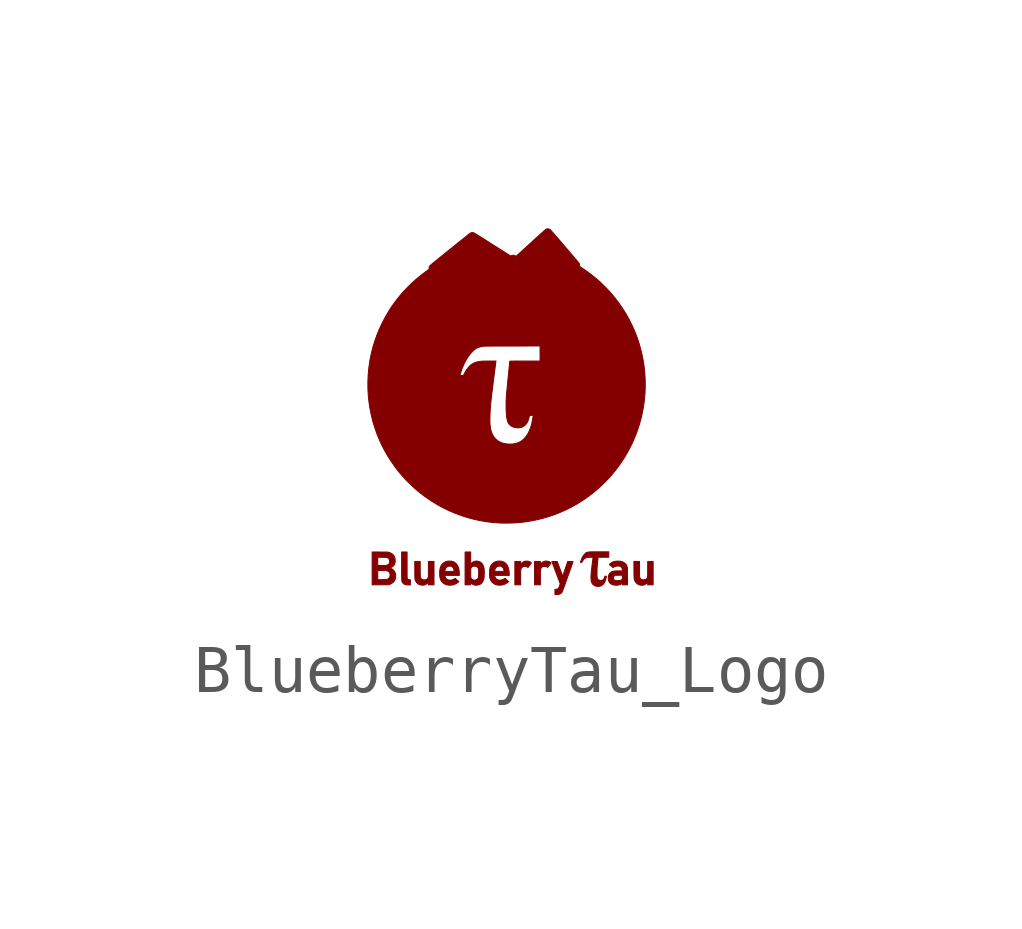
<source format=kicad_sym>
(kicad_symbol_lib
  (version 20211014)
  (generator kicad_symbol_editor)
  (symbol "BlueberryTau_Logo"
    (pin_names
      (offset 1.016))
    (property "Reference" "#G"
      (at 0 4.365 0)
      (effects (font (size 1.27 1.27)) hide))
    (symbol "BlueberryTau_Logo_0_0"
      (polyline (pts (xy 0.293 -3.011) (xy 0.293 -2.982) (xy 0.294 -2.957) (xy 0.295 -2.937) (xy 0.296 -2.921) (xy 0.297 -2.908) (xy 0.299 -2.898) (xy 0.302 -2.89) (xy 0.305 -2.883) (xy 0.309 -2.877) (xy 0.314 -2.872) (xy 0.32 -2.866) (xy 0.323 -2.863) (xy 0.336 -2.853) (xy 0.351 -2.847) (xy 0.368 -2.844) (xy 0.39 -2.844) (xy 0.401 -2.845) (xy 0.412 -2.847) (xy 0.422 -2.85) (xy 0.431 -2.856) (xy 0.447 -2.866) (xy 0.469 -2.836) (xy 0.476 -2.826) (xy 0.487 -2.811) (xy 0.497 -2.798) (xy 0.504 -2.788) (xy 0.517 -2.77) (xy 0.506 -2.762) (xy 0.503 -2.76) (xy 0.482 -2.748) (xy 0.458 -2.739) (xy 0.434 -2.734) (xy 0.414 -2.733) (xy 0.386 -2.735) (xy 0.36 -2.744) (xy 0.336 -2.758) (xy 0.314 -2.778) (xy 0.293 -2.8) (xy 0.293 -2.74) (xy 0.173 -2.74) (xy 0.173 -3.227) (xy 0.293 -3.227) (xy 0.293 -3.011)) (stroke (width 0.01) (type default) (color 0 0 0 0)) (fill (type outline)))
      (polyline (pts (xy 0.704 -3.066) (xy 0.704 -3.037) (xy 0.704 -3.005) (xy 0.705 -2.978) (xy 0.705 -2.957) (xy 0.705 -2.939) (xy 0.706 -2.926) (xy 0.706 -2.915) (xy 0.707 -2.907) (xy 0.708 -2.901) (xy 0.709 -2.897) (xy 0.711 -2.893) (xy 0.712 -2.889) (xy 0.716 -2.883) (xy 0.728 -2.865) (xy 0.745 -2.853) (xy 0.765 -2.846) (xy 0.79 -2.843) (xy 0.791 -2.843) (xy 0.815 -2.846) (xy 0.835 -2.852) (xy 0.851 -2.862) (xy 0.852 -2.864) (xy 0.855 -2.864) (xy 0.859 -2.862) (xy 0.865 -2.855) (xy 0.873 -2.844) (xy 0.874 -2.842) (xy 0.885 -2.828) (xy 0.897 -2.811) (xy 0.908 -2.797) (xy 0.926 -2.772) (xy 0.917 -2.764) (xy 0.904 -2.755) (xy 0.885 -2.745) (xy 0.864 -2.738) (xy 0.844 -2.734) (xy 0.843 -2.734) (xy 0.812 -2.733) (xy 0.784 -2.738) (xy 0.759 -2.749) (xy 0.736 -2.765) (xy 0.714 -2.788) (xy 0.703 -2.801) (xy 0.703 -2.74) (xy 0.583 -2.74) (xy 0.583 -3.227) (xy 0.703 -3.227) (xy 0.704 -3.066)) (stroke (width 0.01) (type default) (color 0 0 0 0)) (fill (type outline)))
      (polyline (pts (xy -2.003 -3.12) (xy -2.019 -3.12) (xy -2.023 -3.12) (xy -2.036 -3.119) (xy -2.048 -3.116) (xy -2.051 -3.115) (xy -2.055 -3.114) (xy -2.058 -3.113) (xy -2.06 -3.111) (xy -2.063 -3.107) (xy -2.064 -3.102) (xy -2.066 -3.095) (xy -2.067 -3.085) (xy -2.068 -3.073) (xy -2.069 -3.057) (xy -2.069 -3.037) (xy -2.07 -3.013) (xy -2.07 -2.985) (xy -2.07 -2.951) (xy -2.07 -2.912) (xy -2.07 -2.868) (xy -2.07 -2.817) (xy -2.07 -2.543) (xy -2.183 -2.543) (xy -2.183 -2.836) (xy -2.183 -2.957) (xy -2.183 -2.994) (xy -2.183 -3.026) (xy -2.183 -3.054) (xy -2.182 -3.077) (xy -2.182 -3.097) (xy -2.181 -3.113) (xy -2.18 -3.126) (xy -2.179 -3.137) (xy -2.178 -3.145) (xy -2.177 -3.152) (xy -2.175 -3.158) (xy -2.173 -3.163) (xy -2.171 -3.168) (xy -2.169 -3.173) (xy -2.168 -3.175) (xy -2.154 -3.193) (xy -2.135 -3.209) (xy -2.113 -3.22) (xy -2.089 -3.227) (xy -2.084 -3.227) (xy -2.07 -3.228) (xy -2.054 -3.229) (xy -2.038 -3.229) (xy -2.003 -3.23) (xy -2.003 -3.12)) (stroke (width 0.01) (type default) (color 0 0 0 0)) (fill (type outline)))
      (polyline (pts (xy -1.71 -3.23) (xy -1.683 -3.22) (xy -1.659 -3.205) (xy -1.639 -3.184) (xy -1.627 -3.169) (xy -1.627 -3.227) (xy -1.51 -3.227) (xy -1.51 -2.74) (xy -1.627 -2.74) (xy -1.627 -3.065) (xy -1.636 -3.083) (xy -1.645 -3.098) (xy -1.659 -3.111) (xy -1.662 -3.113) (xy -1.669 -3.118) (xy -1.677 -3.12) (xy -1.688 -3.122) (xy -1.703 -3.123) (xy -1.704 -3.123) (xy -1.719 -3.123) (xy -1.73 -3.122) (xy -1.74 -3.12) (xy -1.749 -3.117) (xy -1.756 -3.113) (xy -1.768 -3.106) (xy -1.777 -3.098) (xy -1.777 -3.097) (xy -1.782 -3.092) (xy -1.785 -3.087) (xy -1.788 -3.081) (xy -1.791 -3.073) (xy -1.792 -3.064) (xy -1.794 -3.052) (xy -1.795 -3.037) (xy -1.796 -3.019) (xy -1.796 -2.996) (xy -1.797 -2.968) (xy -1.797 -2.935) (xy -1.797 -2.74) (xy -1.91 -2.74) (xy -1.909 -2.919) (xy -1.909 -2.941) (xy -1.909 -2.977) (xy -1.909 -3.007) (xy -1.909 -3.032) (xy -1.908 -3.052) (xy -1.908 -3.068) (xy -1.907 -3.081) (xy -1.907 -3.091) (xy -1.906 -3.099) (xy -1.905 -3.106) (xy -1.904 -3.111) (xy -1.902 -3.116) (xy -1.901 -3.122) (xy -1.891 -3.147) (xy -1.874 -3.175) (xy -1.854 -3.197) (xy -1.83 -3.215) (xy -1.802 -3.226) (xy -1.77 -3.233) (xy -1.74 -3.234) (xy -1.71 -3.23)) (stroke (width 0.01) (type default) (color 0 0 0 0)) (fill (type outline)))
      (polyline (pts (xy 2.83 -3.234) (xy 2.846 -3.232) (xy 2.858 -3.229) (xy 2.879 -3.22) (xy 2.899 -3.208) (xy 2.917 -3.192) (xy 2.93 -3.175) (xy 2.937 -3.165) (xy 2.937 -3.227) (xy 3.05 -3.227) (xy 3.05 -2.74) (xy 2.937 -2.74) (xy 2.937 -2.944) (xy 2.936 -2.976) (xy 2.936 -3.003) (xy 2.936 -3.025) (xy 2.935 -3.042) (xy 2.934 -3.057) (xy 2.932 -3.068) (xy 2.93 -3.076) (xy 2.928 -3.083) (xy 2.925 -3.089) (xy 2.921 -3.094) (xy 2.917 -3.099) (xy 2.916 -3.1) (xy 2.906 -3.109) (xy 2.896 -3.115) (xy 2.885 -3.119) (xy 2.869 -3.122) (xy 2.851 -3.123) (xy 2.834 -3.122) (xy 2.82 -3.12) (xy 2.816 -3.119) (xy 2.801 -3.111) (xy 2.788 -3.099) (xy 2.777 -3.085) (xy 2.77 -3.072) (xy 2.77 -3.068) (xy 2.769 -3.056) (xy 2.768 -3.038) (xy 2.767 -3.014) (xy 2.767 -2.982) (xy 2.767 -2.944) (xy 2.767 -2.899) (xy 2.767 -2.74) (xy 2.65 -2.74) (xy 2.651 -2.914) (xy 2.651 -2.955) (xy 2.651 -2.99) (xy 2.652 -3.019) (xy 2.652 -3.044) (xy 2.653 -3.064) (xy 2.654 -3.081) (xy 2.656 -3.095) (xy 2.657 -3.107) (xy 2.659 -3.117) (xy 2.662 -3.126) (xy 2.665 -3.134) (xy 2.669 -3.142) (xy 2.674 -3.152) (xy 2.687 -3.173) (xy 2.707 -3.195) (xy 2.732 -3.213) (xy 2.759 -3.226) (xy 2.788 -3.233) (xy 2.797 -3.234) (xy 2.808 -3.235) (xy 2.818 -3.235) (xy 2.83 -3.234)) (stroke (width 0.01) (type default) (color 0 0 0 0)) (fill (type outline)))
      (polyline (pts (xy 1.046 -3.429) (xy 1.061 -3.428) (xy 1.089 -3.424) (xy 1.113 -3.416) (xy 1.132 -3.405) (xy 1.147 -3.389) (xy 1.161 -3.368) (xy 1.161 -3.367) (xy 1.163 -3.361) (xy 1.168 -3.349) (xy 1.174 -3.332) (xy 1.182 -3.31) (xy 1.192 -3.284) (xy 1.202 -3.255) (xy 1.214 -3.223) (xy 1.226 -3.188) (xy 1.239 -3.152) (xy 1.253 -3.114) (xy 1.266 -3.076) (xy 1.28 -3.037) (xy 1.294 -2.998) (xy 1.307 -2.961) (xy 1.32 -2.925) (xy 1.332 -2.89) (xy 1.344 -2.858) (xy 1.354 -2.829) (xy 1.363 -2.803) (xy 1.371 -2.781) (xy 1.376 -2.764) (xy 1.38 -2.752) (xy 1.383 -2.746) (xy 1.383 -2.744) (xy 1.382 -2.743) (xy 1.379 -2.741) (xy 1.373 -2.741) (xy 1.363 -2.74) (xy 1.349 -2.74) (xy 1.328 -2.741) (xy 1.272 -2.742) (xy 1.22 -2.896) (xy 1.168 -3.049) (xy 1.149 -2.995) (xy 1.148 -2.993) (xy 1.141 -2.975) (xy 1.133 -2.952) (xy 1.123 -2.926) (xy 1.113 -2.898) (xy 1.102 -2.869) (xy 1.092 -2.842) (xy 1.055 -2.742) (xy 0.999 -2.741) (xy 0.985 -2.74) (xy 0.968 -2.74) (xy 0.957 -2.74) (xy 0.949 -2.741) (xy 0.945 -2.742) (xy 0.944 -2.744) (xy 0.944 -2.746) (xy 0.945 -2.749) (xy 0.949 -2.758) (xy 0.954 -2.772) (xy 0.961 -2.791) (xy 0.97 -2.815) (xy 0.98 -2.842) (xy 0.991 -2.872) (xy 1.004 -2.905) (xy 1.017 -2.941) (xy 1.031 -2.978) (xy 1.117 -3.204) (xy 1.103 -3.244) (xy 1.096 -3.267) (xy 1.088 -3.285) (xy 1.08 -3.299) (xy 1.071 -3.308) (xy 1.06 -3.314) (xy 1.047 -3.317) (xy 1.031 -3.319) (xy 1.007 -3.321) (xy 1.007 -3.431) (xy 1.046 -3.429)) (stroke (width 0.01) (type default) (color 0 0 0 0)) (fill (type outline)))
      (polyline (pts (xy -1.15 -3.233) (xy -1.111 -3.227) (xy -1.075 -3.214) (xy -1.07 -3.212) (xy -1.053 -3.203) (xy -1.034 -3.192) (xy -1.016 -3.18) (xy -1.002 -3.169) (xy -0.993 -3.161) (xy -1.069 -3.091) (xy -1.088 -3.104) (xy -1.111 -3.116) (xy -1.137 -3.125) (xy -1.163 -3.129) (xy -1.19 -3.129) (xy -1.214 -3.124) (xy -1.236 -3.115) (xy -1.254 -3.101) (xy -1.265 -3.087) (xy -1.276 -3.066) (xy -1.282 -3.044) (xy -1.284 -3.03) (xy -0.983 -3.03) (xy -0.983 -2.989) (xy -0.984 -2.972) (xy -0.988 -2.926) (xy -0.996 -2.885) (xy -1.008 -2.849) (xy -1.025 -2.817) (xy -1.045 -2.789) (xy -1.069 -2.767) (xy -1.097 -2.75) (xy -1.129 -2.738) (xy -1.135 -2.737) (xy -1.152 -2.735) (xy -1.173 -2.733) (xy -1.195 -2.733) (xy -1.215 -2.734) (xy -1.232 -2.736) (xy -1.263 -2.745) (xy -1.295 -2.759) (xy -1.322 -2.779) (xy -1.345 -2.803) (xy -1.364 -2.833) (xy -1.378 -2.868) (xy -1.383 -2.887) (xy -1.388 -2.916) (xy -1.391 -2.947) (xy -1.284 -2.947) (xy -1.282 -2.928) (xy -1.277 -2.904) (xy -1.266 -2.881) (xy -1.251 -2.862) (xy -1.232 -2.849) (xy -1.21 -2.84) (xy -1.185 -2.837) (xy -1.174 -2.837) (xy -1.154 -2.84) (xy -1.138 -2.848) (xy -1.123 -2.86) (xy -1.109 -2.878) (xy -1.098 -2.902) (xy -1.091 -2.93) (xy -1.089 -2.947) (xy -1.284 -2.947) (xy -1.391 -2.947) (xy -1.391 -2.949) (xy -1.392 -2.983) (xy -1.391 -3.017) (xy -1.389 -3.05) (xy -1.384 -3.08) (xy -1.377 -3.105) (xy -1.372 -3.119) (xy -1.355 -3.15) (xy -1.334 -3.176) (xy -1.308 -3.198) (xy -1.278 -3.215) (xy -1.244 -3.227) (xy -1.206 -3.233) (xy -1.191 -3.234) (xy -1.15 -3.233)) (stroke (width 0.01) (type default) (color 0 0 0 0)) (fill (type outline)))
      (polyline (pts (xy -0.118 -3.233) (xy -0.077 -3.227) (xy -0.038 -3.214) (xy -0.001 -3.194) (xy 0.034 -3.169) (xy 0.044 -3.161) (xy 0.006 -3.126) (xy -0.032 -3.091) (xy -0.051 -3.104) (xy -0.063 -3.111) (xy -0.088 -3.122) (xy -0.115 -3.128) (xy -0.14 -3.13) (xy -0.165 -3.127) (xy -0.188 -3.12) (xy -0.208 -3.108) (xy -0.225 -3.093) (xy -0.236 -3.074) (xy -0.238 -3.069) (xy -0.243 -3.055) (xy -0.245 -3.044) (xy -0.248 -3.03) (xy 0.057 -3.03) (xy 0.057 -3.022) (xy 0.056 -3.008) (xy 0.055 -2.988) (xy 0.053 -2.966) (xy 0.051 -2.943) (xy 0.048 -2.923) (xy 0.046 -2.905) (xy 0.043 -2.892) (xy 0.042 -2.886) (xy 0.029 -2.849) (xy 0.012 -2.817) (xy -0.009 -2.79) (xy -0.033 -2.767) (xy -0.061 -2.75) (xy -0.092 -2.738) (xy -0.098 -2.737) (xy -0.116 -2.735) (xy -0.136 -2.733) (xy -0.158 -2.733) (xy -0.178 -2.734) (xy -0.195 -2.736) (xy -0.201 -2.737) (xy -0.235 -2.748) (xy -0.265 -2.764) (xy -0.292 -2.785) (xy -0.314 -2.811) (xy -0.332 -2.842) (xy -0.345 -2.878) (xy -0.347 -2.886) (xy -0.349 -2.901) (xy -0.35 -2.921) (xy -0.352 -2.943) (xy -0.352 -2.947) (xy -0.248 -2.947) (xy -0.245 -2.928) (xy -0.24 -2.904) (xy -0.23 -2.881) (xy -0.214 -2.862) (xy -0.195 -2.849) (xy -0.173 -2.84) (xy -0.148 -2.837) (xy -0.124 -2.839) (xy -0.103 -2.847) (xy -0.086 -2.86) (xy -0.071 -2.878) (xy -0.066 -2.89) (xy -0.059 -2.907) (xy -0.055 -2.923) (xy -0.053 -2.938) (xy -0.053 -2.947) (xy -0.248 -2.947) (xy -0.352 -2.947) (xy -0.353 -2.967) (xy -0.353 -2.992) (xy -0.353 -3.016) (xy -0.353 -3.038) (xy -0.352 -3.056) (xy -0.35 -3.069) (xy -0.347 -3.084) (xy -0.336 -3.119) (xy -0.319 -3.149) (xy -0.298 -3.176) (xy -0.272 -3.197) (xy -0.241 -3.215) (xy -0.207 -3.227) (xy -0.169 -3.233) (xy -0.161 -3.234) (xy -0.118 -3.233)) (stroke (width 0.01) (type default) (color 0 0 0 0)) (fill (type outline)))
      (polyline (pts (xy -0.598 -3.231) (xy -0.569 -3.224) (xy -0.543 -3.211) (xy -0.536 -3.207) (xy -0.514 -3.187) (xy -0.496 -3.163) (xy -0.482 -3.133) (xy -0.471 -3.098) (xy -0.471 -3.097) (xy -0.469 -3.084) (xy -0.467 -3.066) (xy -0.466 -3.044) (xy -0.465 -3.02) (xy -0.464 -2.994) (xy -0.464 -2.969) (xy -0.464 -2.945) (xy -0.465 -2.924) (xy -0.466 -2.906) (xy -0.468 -2.892) (xy -0.476 -2.854) (xy -0.488 -2.82) (xy -0.503 -2.792) (xy -0.523 -2.77) (xy -0.547 -2.752) (xy -0.575 -2.74) (xy -0.606 -2.734) (xy -0.63 -2.733) (xy -0.66 -2.736) (xy -0.688 -2.746) (xy -0.713 -2.761) (xy -0.735 -2.783) (xy -0.747 -2.797) (xy -0.747 -2.543) (xy -0.863 -2.543) (xy -0.863 -3.006) (xy -0.746 -3.006) (xy -0.746 -2.975) (xy -0.746 -2.958) (xy -0.746 -2.935) (xy -0.745 -2.918) (xy -0.745 -2.905) (xy -0.744 -2.895) (xy -0.743 -2.888) (xy -0.741 -2.883) (xy -0.739 -2.879) (xy -0.737 -2.874) (xy -0.728 -2.862) (xy -0.712 -2.849) (xy -0.692 -2.841) (xy -0.67 -2.837) (xy -0.647 -2.84) (xy -0.641 -2.841) (xy -0.623 -2.848) (xy -0.608 -2.857) (xy -0.597 -2.872) (xy -0.594 -2.876) (xy -0.589 -2.886) (xy -0.586 -2.896) (xy -0.583 -2.909) (xy -0.582 -2.924) (xy -0.581 -2.943) (xy -0.58 -2.966) (xy -0.581 -2.996) (xy -0.581 -3.008) (xy -0.581 -3.029) (xy -0.582 -3.045) (xy -0.583 -3.057) (xy -0.584 -3.066) (xy -0.585 -3.073) (xy -0.587 -3.079) (xy -0.59 -3.084) (xy -0.6 -3.101) (xy -0.617 -3.115) (xy -0.637 -3.125) (xy -0.656 -3.129) (xy -0.674 -3.129) (xy -0.695 -3.125) (xy -0.71 -3.118) (xy -0.725 -3.106) (xy -0.736 -3.092) (xy -0.744 -3.076) (xy -0.744 -3.076) (xy -0.745 -3.067) (xy -0.746 -3.052) (xy -0.746 -3.032) (xy -0.746 -3.006) (xy -0.863 -3.006) (xy -0.863 -3.227) (xy -0.747 -3.227) (xy -0.747 -3.172) (xy -0.741 -3.182) (xy -0.736 -3.189) (xy -0.72 -3.205) (xy -0.7 -3.218) (xy -0.677 -3.228) (xy -0.653 -3.233) (xy -0.629 -3.234) (xy -0.598 -3.231)) (stroke (width 0.01) (type default) (color 0 0 0 0)) (fill (type outline)))
      (polyline (pts (xy -2.626 -3.226) (xy -2.455 -3.225) (xy -2.429 -3.216) (xy -2.423 -3.214) (xy -2.392 -3.199) (xy -2.365 -3.179) (xy -2.342 -3.157) (xy -2.325 -3.131) (xy -2.323 -3.126) (xy -2.315 -3.103) (xy -2.31 -3.078) (xy -2.307 -3.05) (xy -2.307 -3.023) (xy -2.311 -2.999) (xy -2.315 -2.983) (xy -2.327 -2.954) (xy -2.345 -2.929) (xy -2.366 -2.908) (xy -2.392 -2.892) (xy -2.42 -2.882) (xy -2.435 -2.878) (xy -2.422 -2.873) (xy -2.412 -2.87) (xy -2.384 -2.856) (xy -2.36 -2.838) (xy -2.35 -2.828) (xy -2.335 -2.807) (xy -2.325 -2.784) (xy -2.319 -2.758) (xy -2.317 -2.727) (xy -2.319 -2.695) (xy -2.326 -2.661) (xy -2.338 -2.631) (xy -2.356 -2.606) (xy -2.379 -2.584) (xy -2.408 -2.567) (xy -2.441 -2.554) (xy -2.468 -2.545) (xy -2.632 -2.544) (xy -2.797 -2.543) (xy -2.797 -2.653) (xy -2.68 -2.653) (xy -2.586 -2.654) (xy -2.573 -2.654) (xy -2.548 -2.654) (xy -2.528 -2.655) (xy -2.513 -2.655) (xy -2.502 -2.656) (xy -2.493 -2.657) (xy -2.487 -2.658) (xy -2.482 -2.66) (xy -2.477 -2.662) (xy -2.474 -2.663) (xy -2.456 -2.676) (xy -2.443 -2.693) (xy -2.435 -2.714) (xy -2.432 -2.738) (xy -2.433 -2.754) (xy -2.439 -2.776) (xy -2.449 -2.794) (xy -2.465 -2.807) (xy -2.486 -2.817) (xy -2.491 -2.818) (xy -2.498 -2.82) (xy -2.506 -2.821) (xy -2.516 -2.822) (xy -2.529 -2.823) (xy -2.546 -2.823) (xy -2.567 -2.823) (xy -2.594 -2.823) (xy -2.68 -2.823) (xy -2.68 -2.653) (xy -2.797 -2.653) (xy -2.797 -3.121) (xy -2.68 -3.121) (xy -2.68 -2.93) (xy -2.599 -2.93) (xy -2.569 -2.93) (xy -2.542 -2.931) (xy -2.519 -2.932) (xy -2.501 -2.934) (xy -2.486 -2.936) (xy -2.474 -2.94) (xy -2.464 -2.945) (xy -2.455 -2.951) (xy -2.446 -2.959) (xy -2.437 -2.97) (xy -2.429 -2.986) (xy -2.424 -3.006) (xy -2.424 -3.031) (xy -2.427 -3.052) (xy -2.434 -3.073) (xy -2.446 -3.09) (xy -2.462 -3.103) (xy -2.485 -3.112) (xy -2.487 -3.113) (xy -2.495 -3.114) (xy -2.506 -3.116) (xy -2.52 -3.117) (xy -2.538 -3.118) (xy -2.562 -3.118) (xy -2.591 -3.119) (xy -2.68 -3.121) (xy -2.797 -3.121) (xy -2.797 -3.227) (xy -2.626 -3.226)) (stroke (width 0.01) (type default) (color 0 0 0 0)) (fill (type outline)))
      (polyline (pts (xy 2.328 -3.231) (xy 2.357 -3.223) (xy 2.381 -3.212) (xy 2.401 -3.198) (xy 2.41 -3.19) (xy 2.41 -3.227) (xy 2.517 -3.227) (xy 2.516 -3.046) (xy 2.516 -3.025) (xy 2.515 -2.989) (xy 2.515 -2.958) (xy 2.515 -2.933) (xy 2.515 -2.913) (xy 2.514 -2.896) (xy 2.514 -2.883) (xy 2.513 -2.873) (xy 2.512 -2.865) (xy 2.511 -2.859) (xy 2.51 -2.854) (xy 2.509 -2.85) (xy 2.507 -2.845) (xy 2.503 -2.835) (xy 2.493 -2.814) (xy 2.481 -2.797) (xy 2.466 -2.781) (xy 2.45 -2.768) (xy 2.424 -2.752) (xy 2.395 -2.741) (xy 2.361 -2.735) (xy 2.323 -2.733) (xy 2.317 -2.733) (xy 2.275 -2.736) (xy 2.238 -2.743) (xy 2.205 -2.755) (xy 2.175 -2.772) (xy 2.174 -2.772) (xy 2.164 -2.78) (xy 2.154 -2.788) (xy 2.146 -2.795) (xy 2.141 -2.801) (xy 2.14 -2.804) (xy 2.146 -2.81) (xy 2.156 -2.818) (xy 2.167 -2.827) (xy 2.179 -2.838) (xy 2.191 -2.847) (xy 2.201 -2.856) (xy 2.209 -2.862) (xy 2.212 -2.865) (xy 2.214 -2.865) (xy 2.221 -2.864) (xy 2.231 -2.859) (xy 2.253 -2.848) (xy 2.284 -2.839) (xy 2.318 -2.835) (xy 2.327 -2.835) (xy 2.34 -2.836) (xy 2.349 -2.837) (xy 2.358 -2.84) (xy 2.368 -2.845) (xy 2.37 -2.846) (xy 2.387 -2.857) (xy 2.398 -2.871) (xy 2.406 -2.889) (xy 2.409 -2.912) (xy 2.411 -2.937) (xy 2.34 -2.937) (xy 2.319 -2.937) (xy 2.29 -2.937) (xy 2.267 -2.938) (xy 2.247 -2.94) (xy 2.23 -2.943) (xy 2.215 -2.946) (xy 2.201 -2.95) (xy 2.185 -2.957) (xy 2.162 -2.971) (xy 2.144 -2.99) (xy 2.13 -3.013) (xy 2.122 -3.04) (xy 2.118 -3.072) (xy 2.117 -3.08) (xy 2.223 -3.08) (xy 2.227 -3.061) (xy 2.235 -3.046) (xy 2.249 -3.035) (xy 2.25 -3.034) (xy 2.255 -3.032) (xy 2.26 -3.031) (xy 2.268 -3.03) (xy 2.278 -3.029) (xy 2.292 -3.028) (xy 2.311 -3.028) (xy 2.336 -3.027) (xy 2.41 -3.026) (xy 2.41 -3.066) (xy 2.41 -3.077) (xy 2.41 -3.091) (xy 2.409 -3.1) (xy 2.408 -3.107) (xy 2.405 -3.111) (xy 2.402 -3.116) (xy 2.4 -3.118) (xy 2.39 -3.126) (xy 2.379 -3.132) (xy 2.374 -3.133) (xy 2.362 -3.136) (xy 2.345 -3.137) (xy 2.326 -3.139) (xy 2.307 -3.139) (xy 2.289 -3.139) (xy 2.274 -3.138) (xy 2.263 -3.136) (xy 2.247 -3.129) (xy 2.233 -3.118) (xy 2.226 -3.102) (xy 2.223 -3.083) (xy 2.223 -3.08) (xy 2.117 -3.08) (xy 2.117 -3.097) (xy 2.121 -3.13) (xy 2.13 -3.158) (xy 2.145 -3.182) (xy 2.164 -3.201) (xy 2.188 -3.216) (xy 2.217 -3.227) (xy 2.251 -3.233) (xy 2.263 -3.234) (xy 2.296 -3.234) (xy 2.328 -3.231)) (stroke (width 0.01) (type default) (color 0 0 0 0)) (fill (type outline)))
      (polyline (pts (xy 1.952 -3.253) (xy 1.979 -3.241) (xy 2.004 -3.224) (xy 2.025 -3.201) (xy 2.042 -3.172) (xy 2.057 -3.138) (xy 2.057 -3.137) (xy 2.061 -3.123) (xy 2.066 -3.106) (xy 2.07 -3.088) (xy 2.073 -3.072) (xy 2.076 -3.058) (xy 2.077 -3.049) (xy 2.076 -3.048) (xy 2.07 -3.047) (xy 2.061 -3.047) (xy 2.046 -3.048) (xy 2.041 -3.066) (xy 2.038 -3.076) (xy 2.028 -3.099) (xy 2.014 -3.117) (xy 1.997 -3.129) (xy 1.977 -3.135) (xy 1.953 -3.136) (xy 1.949 -3.135) (xy 1.927 -3.13) (xy 1.91 -3.119) (xy 1.897 -3.104) (xy 1.888 -3.083) (xy 1.887 -3.078) (xy 1.885 -3.071) (xy 1.884 -3.062) (xy 1.883 -3.052) (xy 1.882 -3.038) (xy 1.882 -3.021) (xy 1.882 -2.999) (xy 1.882 -2.972) (xy 1.882 -2.956) (xy 1.882 -2.929) (xy 1.883 -2.906) (xy 1.883 -2.884) (xy 1.885 -2.861) (xy 1.887 -2.836) (xy 1.889 -2.808) (xy 1.893 -2.775) (xy 1.894 -2.761) (xy 1.897 -2.735) (xy 1.899 -2.712) (xy 1.901 -2.692) (xy 1.903 -2.677) (xy 1.904 -2.666) (xy 1.905 -2.661) (xy 1.907 -2.653) (xy 2.127 -2.653) (xy 2.127 -2.54) (xy 1.869 -2.54) (xy 1.829 -2.54) (xy 1.794 -2.54) (xy 1.765 -2.541) (xy 1.74 -2.542) (xy 1.719 -2.543) (xy 1.702 -2.545) (xy 1.688 -2.547) (xy 1.676 -2.55) (xy 1.666 -2.553) (xy 1.658 -2.557) (xy 1.65 -2.562) (xy 1.643 -2.569) (xy 1.636 -2.576) (xy 1.628 -2.584) (xy 1.626 -2.586) (xy 1.61 -2.603) (xy 1.598 -2.62) (xy 1.586 -2.639) (xy 1.574 -2.662) (xy 1.57 -2.67) (xy 1.563 -2.685) (xy 1.557 -2.701) (xy 1.551 -2.717) (xy 1.545 -2.732) (xy 1.541 -2.745) (xy 1.539 -2.754) (xy 1.539 -2.758) (xy 1.54 -2.758) (xy 1.545 -2.76) (xy 1.554 -2.76) (xy 1.559 -2.76) (xy 1.564 -2.759) (xy 1.568 -2.755) (xy 1.573 -2.748) (xy 1.579 -2.736) (xy 1.593 -2.714) (xy 1.611 -2.692) (xy 1.632 -2.675) (xy 1.656 -2.663) (xy 1.683 -2.657) (xy 1.693 -2.655) (xy 1.708 -2.654) (xy 1.725 -2.654) (xy 1.743 -2.653) (xy 1.76 -2.653) (xy 1.776 -2.654) (xy 1.788 -2.654) (xy 1.797 -2.655) (xy 1.8 -2.657) (xy 1.8 -2.657) (xy 1.799 -2.663) (xy 1.798 -2.674) (xy 1.796 -2.69) (xy 1.794 -2.71) (xy 1.79 -2.734) (xy 1.787 -2.761) (xy 1.783 -2.789) (xy 1.781 -2.806) (xy 1.775 -2.855) (xy 1.77 -2.899) (xy 1.766 -2.937) (xy 1.762 -2.971) (xy 1.76 -3.001) (xy 1.758 -3.027) (xy 1.757 -3.051) (xy 1.757 -3.073) (xy 1.758 -3.093) (xy 1.759 -3.121) (xy 1.762 -3.144) (xy 1.766 -3.164) (xy 1.773 -3.181) (xy 1.781 -3.198) (xy 1.782 -3.199) (xy 1.798 -3.219) (xy 1.819 -3.236) (xy 1.843 -3.249) (xy 1.87 -3.256) (xy 1.887 -3.258) (xy 1.921 -3.259) (xy 1.952 -3.253)) (stroke (width 0.01) (type default) (color 0 0 0 0)) (fill (type outline)))
      (polyline (pts (xy 0.186 -1.937) (xy 0.323 -1.925) (xy 0.459 -1.906) (xy 0.594 -1.881) (xy 0.727 -1.85) (xy 0.858 -1.813) (xy 0.987 -1.77) (xy 1.114 -1.72) (xy 1.238 -1.665) (xy 1.36 -1.603) (xy 1.479 -1.536) (xy 1.595 -1.463) (xy 1.708 -1.384) (xy 1.818 -1.299) (xy 1.867 -1.258) (xy 1.933 -1.199) (xy 2 -1.137) (xy 2.065 -1.072) (xy 2.128 -1.006) (xy 2.188 -0.939) (xy 2.242 -0.874) (xy 2.249 -0.866) (xy 2.333 -0.756) (xy 2.412 -0.643) (xy 2.484 -0.527) (xy 2.551 -0.408) (xy 2.612 -0.286) (xy 2.667 -0.162) (xy 2.716 -0.036) (xy 2.759 0.093) (xy 2.796 0.224) (xy 2.826 0.356) (xy 2.851 0.49) (xy 2.869 0.625) (xy 2.881 0.761) (xy 2.886 0.897) (xy 2.885 1.035) (xy 2.877 1.173) (xy 2.863 1.311) (xy 2.854 1.375) (xy 2.83 1.511) (xy 2.8 1.645) (xy 2.764 1.777) (xy 2.722 1.907) (xy 2.673 2.034) (xy 2.618 2.159) (xy 2.558 2.282) (xy 2.491 2.402) (xy 2.418 2.519) (xy 2.34 2.633) (xy 2.256 2.743) (xy 2.167 2.85) (xy 2.165 2.852) (xy 2.146 2.874) (xy 2.122 2.899) (xy 2.095 2.927) (xy 2.067 2.956) (xy 2.037 2.986) (xy 2.008 3.015) (xy 1.979 3.043) (xy 1.952 3.07) (xy 1.927 3.092) (xy 1.906 3.111) (xy 1.83 3.175) (xy 1.742 3.245) (xy 1.654 3.309) (xy 1.566 3.368) (xy 1.522 3.397) (xy 1.521 3.421) (xy 1.521 3.429) (xy 1.52 3.441) (xy 1.517 3.451) (xy 1.512 3.46) (xy 1.511 3.462) (xy 1.506 3.469) (xy 1.497 3.48) (xy 1.484 3.495) (xy 1.468 3.515) (xy 1.448 3.538) (xy 1.425 3.565) (xy 1.4 3.594) (xy 1.373 3.627) (xy 1.343 3.662) (xy 1.312 3.699) (xy 1.278 3.738) (xy 1.244 3.778) (xy 1.208 3.82) (xy 1.197 3.832) (xy 1.157 3.88) (xy 1.12 3.922) (xy 1.087 3.961) (xy 1.058 3.995) (xy 1.032 4.025) (xy 1.009 4.051) (xy 0.989 4.074) (xy 0.972 4.094) (xy 0.957 4.111) (xy 0.944 4.125) (xy 0.934 4.136) (xy 0.925 4.146) (xy 0.918 4.154) (xy 0.912 4.159) (xy 0.907 4.164) (xy 0.903 4.167) (xy 0.9 4.17) (xy 0.897 4.171) (xy 0.894 4.173) (xy 0.881 4.178) (xy 0.859 4.182) (xy 0.839 4.18) (xy 0.821 4.173) (xy 0.819 4.172) (xy 0.812 4.166) (xy 0.8 4.156) (xy 0.785 4.143) (xy 0.766 4.125) (xy 0.743 4.105) (xy 0.717 4.082) (xy 0.689 4.056) (xy 0.657 4.028) (xy 0.624 3.998) (xy 0.589 3.966) (xy 0.552 3.933) (xy 0.515 3.898) (xy 0.492 3.878) (xy 0.455 3.844) (xy 0.419 3.811) (xy 0.385 3.78) (xy 0.353 3.751) (xy 0.324 3.724) (xy 0.297 3.7) (xy 0.273 3.678) (xy 0.252 3.659) (xy 0.235 3.644) (xy 0.222 3.632) (xy 0.214 3.624) (xy 0.21 3.621) (xy 0.197 3.61) (xy 0.184 3.618) (xy 0.165 3.628) (xy 0.143 3.632) (xy 0.122 3.63) (xy 0.101 3.622) (xy 0.088 3.614) (xy -0.295 3.857) (xy -0.304 3.862) (xy -0.36 3.898) (xy -0.41 3.93) (xy -0.456 3.959) (xy -0.496 3.984) (xy -0.532 4.007) (xy -0.564 4.027) (xy -0.592 4.044) (xy -0.616 4.059) (xy -0.635 4.071) (xy -0.652 4.081) (xy -0.666 4.089) (xy -0.676 4.095) (xy -0.685 4.099) (xy -0.69 4.102) (xy -0.694 4.103) (xy -0.695 4.103) (xy -0.717 4.104) (xy -0.739 4.099) (xy -0.761 4.087) (xy -0.763 4.086) (xy -0.77 4.081) (xy -0.782 4.072) (xy -0.798 4.059) (xy -0.818 4.043) (xy -0.842 4.023) (xy -0.87 4.001) (xy -0.901 3.976) (xy -0.935 3.949) (xy -0.972 3.919) (xy -1.011 3.888) (xy -1.052 3.855) (xy -1.096 3.82) (xy -1.14 3.784) (xy -1.186 3.748) (xy -1.199 3.737) (xy -1.254 3.693) (xy -1.305 3.652) (xy -1.35 3.615) (xy -1.391 3.582) (xy -1.428 3.553) (xy -1.46 3.526) (xy -1.489 3.503) (xy -1.513 3.482) (xy -1.535 3.465) (xy -1.553 3.45) (xy -1.567 3.438) (xy -1.579 3.427) (xy -1.588 3.419) (xy -1.595 3.413) (xy -1.599 3.409) (xy -1.601 3.406) (xy -1.604 3.401) (xy -1.61 3.384) (xy -1.612 3.367) (xy -1.611 3.352) (xy -1.611 3.351) (xy -1.61 3.348) (xy -1.61 3.345) (xy -1.612 3.341) (xy -1.617 3.337) (xy -1.624 3.331) (xy -1.635 3.323) (xy -1.65 3.312) (xy -1.67 3.298) (xy -1.685 3.287) (xy -1.748 3.24) (xy -1.808 3.193) (xy -1.866 3.145) (xy -1.923 3.095) (xy -1.981 3.042) (xy -2.04 2.983) (xy -2.063 2.961) (xy -2.109 2.913) (xy -2.152 2.867) (xy -2.192 2.822) (xy -2.23 2.776) (xy -2.268 2.728) (xy -2.295 2.694) (xy -2.323 2.656) (xy -2.351 2.617) (xy -2.379 2.579) (xy -2.404 2.542) (xy -2.426 2.508) (xy -2.448 2.474) (xy -2.519 2.352) (xy -2.584 2.229) (xy -2.643 2.104) (xy -2.696 1.976) (xy -2.742 1.847) (xy -2.782 1.715) (xy -2.816 1.582) (xy -2.843 1.447) (xy -2.863 1.31) (xy -2.868 1.272) (xy -2.88 1.134) (xy -2.88 1.134) (xy -0.972 1.134) (xy -0.971 1.137) (xy -0.968 1.145) (xy -0.964 1.158) (xy -0.959 1.174) (xy -0.953 1.192) (xy -0.953 1.193) (xy -0.926 1.271) (xy -0.896 1.343) (xy -0.865 1.409) (xy -0.831 1.47) (xy -0.795 1.526) (xy -0.756 1.577) (xy -0.714 1.624) (xy -0.698 1.64) (xy -0.67 1.665) (xy -0.643 1.685) (xy -0.614 1.702) (xy -0.583 1.714) (xy -0.548 1.725) (xy -0.508 1.734) (xy -0.505 1.735) (xy -0.5 1.736) (xy -0.495 1.736) (xy -0.49 1.737) (xy -0.484 1.738) (xy -0.477 1.738) (xy -0.468 1.739) (xy -0.458 1.739) (xy -0.446 1.74) (xy -0.431 1.74) (xy -0.414 1.74) (xy -0.394 1.741) (xy -0.37 1.741) (xy -0.343 1.741) (xy -0.312 1.741) (xy -0.277 1.742) (xy -0.237 1.742) (xy -0.193 1.742) (xy -0.143 1.742) (xy -0.088 1.742) (xy -0.028 1.742) (xy 0.039 1.742) (xy 0.113 1.742) (xy 0.697 1.744) (xy 0.697 1.43) (xy 0.268 1.43) (xy 0.229 1.43) (xy 0.195 1.43) (xy 0.166 1.43) (xy 0.142 1.429) (xy 0.122 1.429) (xy 0.106 1.429) (xy 0.093 1.429) (xy 0.083 1.428) (xy 0.076 1.428) (xy 0.071 1.427) (xy 0.069 1.426) (xy 0.067 1.426) (xy 0.067 1.425) (xy 0.067 1.424) (xy 0.066 1.419) (xy 0.065 1.407) (xy 0.063 1.39) (xy 0.061 1.368) (xy 0.059 1.341) (xy 0.055 1.31) (xy 0.052 1.276) (xy 0.048 1.238) (xy 0.044 1.197) (xy 0.04 1.154) (xy 0.035 1.109) (xy 0.03 1.06) (xy 0.024 1) (xy 0.019 0.946) (xy 0.014 0.898) (xy 0.01 0.854) (xy 0.006 0.815) (xy 0.003 0.78) (xy 0.0001 0.748) (xy -0.002 0.719) (xy -0.004 0.692) (xy -0.006 0.668) (xy -0.007 0.645) (xy -0.008 0.623) (xy -0.009 0.602) (xy -0.009 0.581) (xy -0.01 0.559) (xy -0.01 0.537) (xy -0.01 0.514) (xy -0.01 0.488) (xy -0.009 0.428) (xy -0.007 0.368) (xy -0.003 0.314) (xy 0.002 0.266) (xy 0.009 0.224) (xy 0.018 0.188) (xy 0.029 0.157) (xy 0.041 0.133) (xy 0.055 0.113) (xy 0.059 0.11) (xy 0.086 0.085) (xy 0.118 0.066) (xy 0.153 0.051) (xy 0.191 0.043) (xy 0.232 0.04) (xy 0.235 0.04) (xy 0.276 0.043) (xy 0.313 0.052) (xy 0.347 0.067) (xy 0.377 0.087) (xy 0.403 0.113) (xy 0.426 0.144) (xy 0.445 0.181) (xy 0.46 0.224) (xy 0.472 0.272) (xy 0.478 0.3) (xy 0.556 0.3) (xy 0.549 0.259) (xy 0.538 0.193) (xy 0.523 0.124) (xy 0.505 0.06) (xy 0.484 0.003) (xy 0.461 -0.05) (xy 0.435 -0.097) (xy 0.406 -0.139) (xy 0.374 -0.177) (xy 0.373 -0.178) (xy 0.338 -0.211) (xy 0.3 -0.239) (xy 0.261 -0.261) (xy 0.217 -0.278) (xy 0.17 -0.29) (xy 0.166 -0.291) (xy 0.143 -0.294) (xy 0.117 -0.297) (xy 0.091 -0.298) (xy 0.068 -0.298) (xy 0.011 -0.296) (xy -0.042 -0.288) (xy -0.091 -0.275) (xy -0.136 -0.256) (xy -0.177 -0.233) (xy -0.213 -0.204) (xy -0.246 -0.171) (xy -0.274 -0.132) (xy -0.297 -0.089) (xy -0.316 -0.04) (xy -0.318 -0.036) (xy -0.326 -0.008) (xy -0.333 0.021) (xy -0.338 0.052) (xy -0.342 0.086) (xy -0.345 0.122) (xy -0.346 0.164) (xy -0.347 0.21) (xy -0.347 0.22) (xy -0.345 0.297) (xy -0.342 0.378) (xy -0.336 0.465) (xy -0.328 0.558) (xy -0.318 0.657) (xy -0.318 0.66) (xy -0.316 0.673) (xy -0.314 0.692) (xy -0.311 0.716) (xy -0.307 0.744) (xy -0.304 0.776) (xy -0.299 0.812) (xy -0.294 0.85) (xy -0.289 0.89) (xy -0.284 0.932) (xy -0.279 0.976) (xy -0.273 1.02) (xy -0.268 1.065) (xy -0.262 1.109) (xy -0.257 1.152) (xy -0.251 1.193) (xy -0.246 1.233) (xy -0.241 1.271) (xy -0.237 1.305) (xy -0.233 1.336) (xy -0.23 1.363) (xy -0.227 1.386) (xy -0.224 1.403) (xy -0.223 1.415) (xy -0.222 1.421) (xy -0.22 1.43) (xy -0.361 1.43) (xy -0.392 1.43) (xy -0.422 1.43) (xy -0.45 1.429) (xy -0.475 1.429) (xy -0.496 1.428) (xy -0.512 1.427) (xy -0.523 1.427) (xy -0.53 1.426) (xy -0.58 1.418) (xy -0.625 1.408) (xy -0.664 1.395) (xy -0.7 1.378) (xy -0.732 1.358) (xy -0.734 1.357) (xy -0.758 1.337) (xy -0.783 1.311) (xy -0.808 1.28) (xy -0.833 1.246) (xy -0.857 1.209) (xy -0.878 1.169) (xy -0.898 1.13) (xy -0.936 1.13) (xy -0.94 1.13) (xy -0.956 1.13) (xy -0.966 1.131) (xy -0.971 1.132) (xy -0.972 1.134) (xy -2.88 1.134) (xy -2.886 0.996) (xy -2.885 0.859) (xy -2.878 0.721) (xy -2.864 0.585) (xy -2.844 0.449) (xy -2.817 0.315) (xy -2.785 0.182) (xy -2.745 0.051) (xy -2.7 -0.079) (xy -2.648 -0.206) (xy -2.59 -0.332) (xy -2.547 -0.415) (xy -2.479 -0.536) (xy -2.405 -0.652) (xy -2.327 -0.765) (xy -2.243 -0.874) (xy -2.222 -0.899) (xy -2.16 -0.971) (xy -2.092 -1.044) (xy -2.021 -1.116) (xy -1.948 -1.185) (xy -1.875 -1.251) (xy -1.801 -1.312) (xy -1.781 -1.328) (xy -1.671 -1.41) (xy -1.557 -1.487) (xy -1.44 -1.559) (xy -1.32 -1.624) (xy -1.197 -1.684) (xy -1.071 -1.737) (xy -0.943 -1.785) (xy -0.813 -1.827) (xy -0.681 -1.862) (xy -0.548 -1.891) (xy -0.413 -1.914) (xy -0.277 -1.93) (xy -0.14 -1.94) (xy -0.091 -1.942) (xy 0.048 -1.942) (xy 0.186 -1.937)) (stroke (width 0.01) (type default) (color 0 0 0 0)) (fill (type outline))))))
</source>
